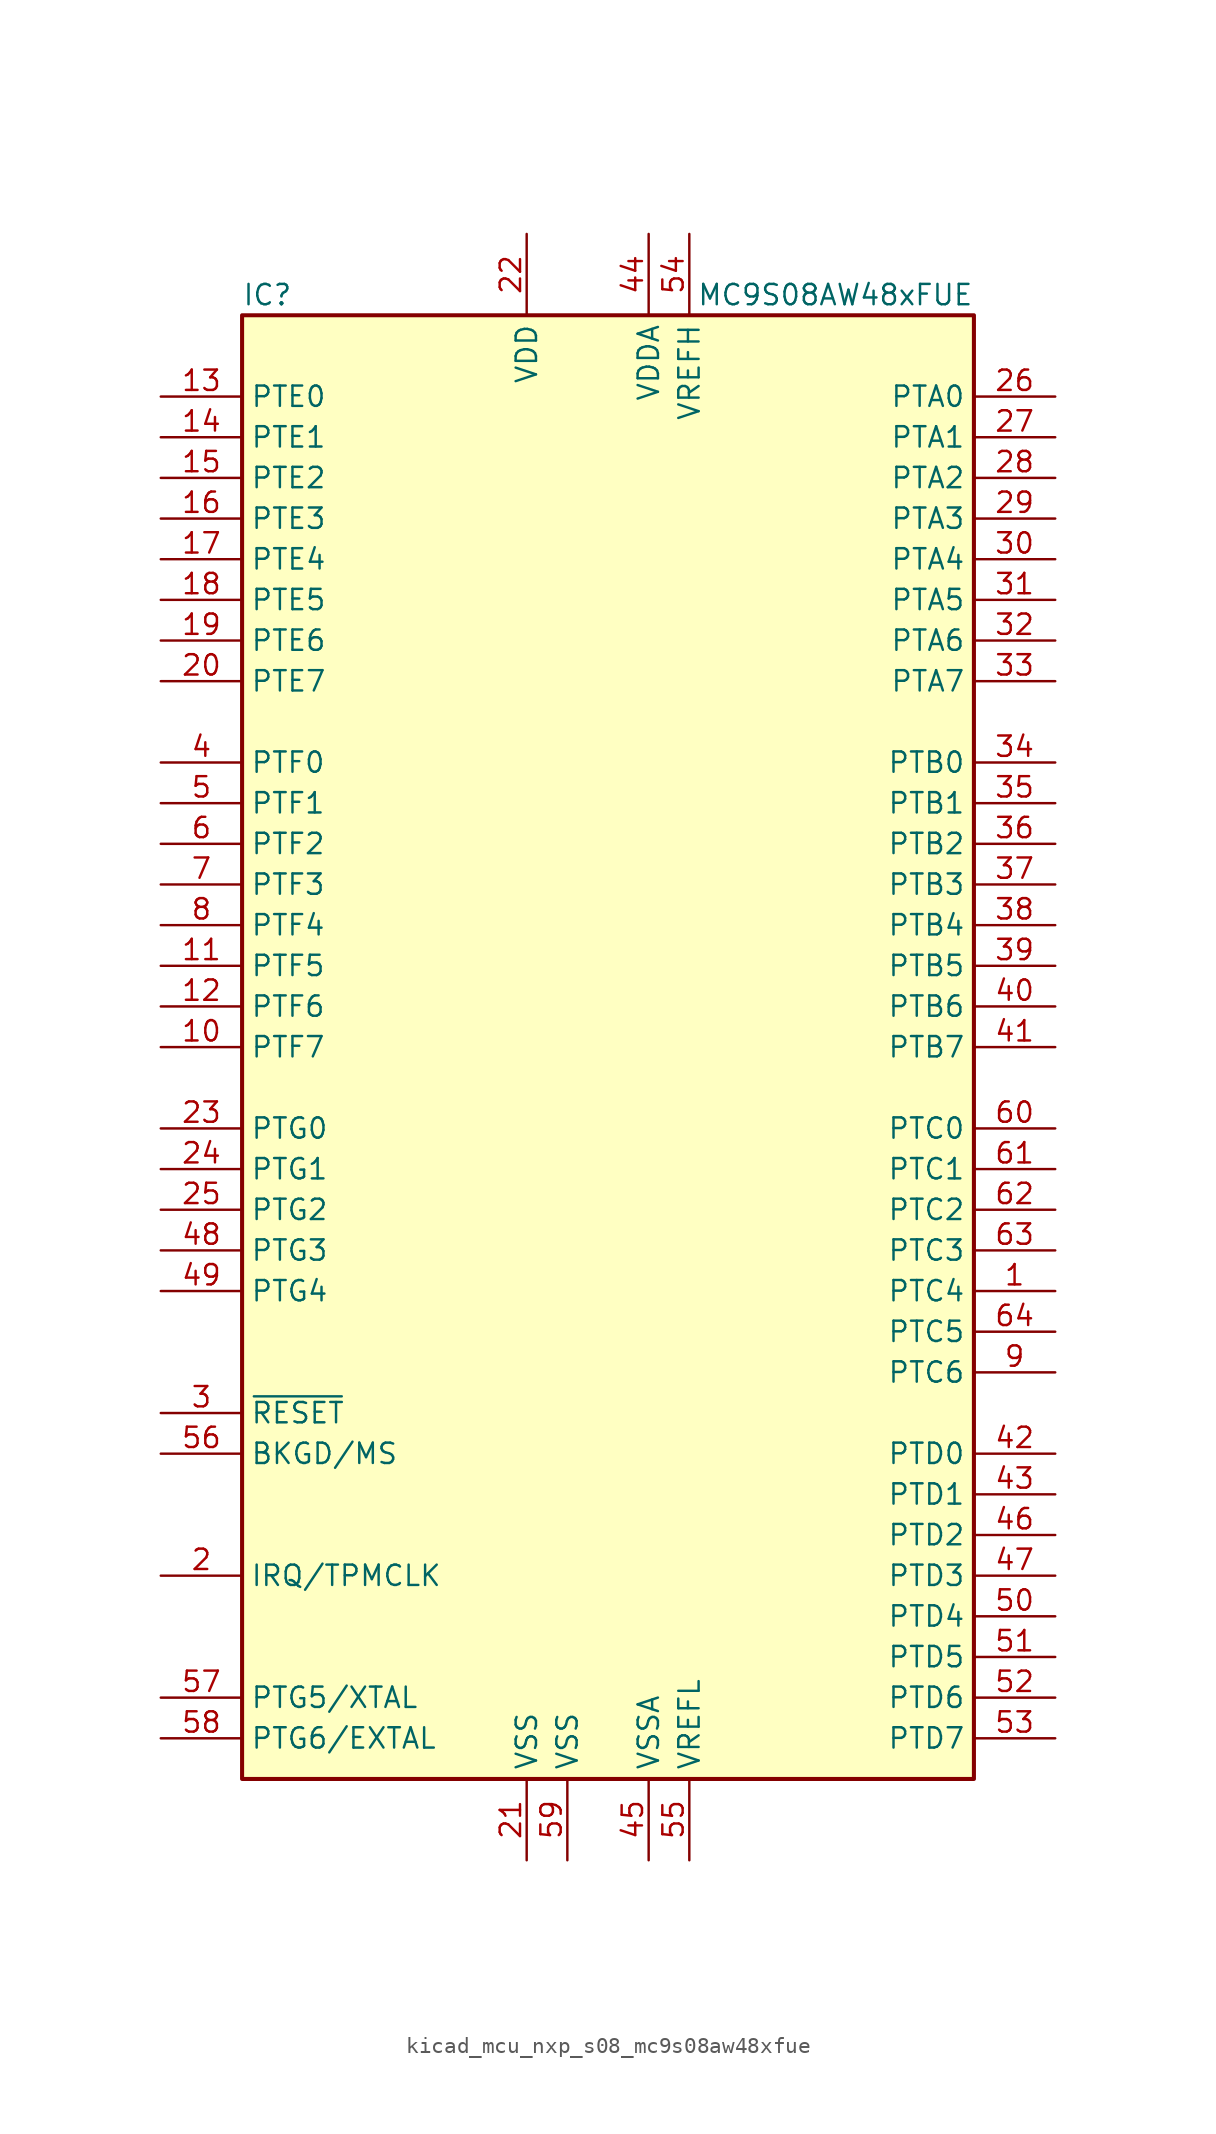
<source format=kicad_sym>
(kicad_symbol_lib
  (version 20220914)
  (generator kicad_symbol_editor)
  (symbol "kicad_mcu_nxp_s08_mc9s08aw48xfue"
    (property "Reference" "IC"
      (at -22.86 46.99 0)
      (effects (font (size 1.27 1.27)) (justify left)))
    (property "Value" "MC9S08AW48xFUE"
      (at 22.86 46.99 0)
      (effects (font (size 1.27 1.27)) (justify right)))
    (symbol "kicad_mcu_nxp_s08_mc9s08aw48xfue_0_1"
      (rectangle (start -22.86 45.72) (end 22.86 -45.72) (stroke (width 0.254) (type default)) (fill (type background))))
    (symbol "kicad_mcu_nxp_s08_mc9s08aw48xfue_1_1"
      (pin bidirectional line (at 27.94 -15.24 180) (length 5.08) (name "PTC4" (effects (font (size 1.27 1.27)))) (number "1" (effects (font (size 1.27 1.27)))))
      (pin bidirectional line (at -27.94 0 0) (length 5.08) (name "PTF7" (effects (font (size 1.27 1.27)))) (number "10" (effects (font (size 1.27 1.27)))))
      (pin bidirectional line (at -27.94 5.08 0) (length 5.08) (name "PTF5" (effects (font (size 1.27 1.27)))) (number "11" (effects (font (size 1.27 1.27)))))
      (pin bidirectional line (at -27.94 2.54 0) (length 5.08) (name "PTF6" (effects (font (size 1.27 1.27)))) (number "12" (effects (font (size 1.27 1.27)))))
      (pin bidirectional line (at -27.94 40.64 0) (length 5.08) (name "PTE0" (effects (font (size 1.27 1.27)))) (number "13" (effects (font (size 1.27 1.27)))))
      (pin bidirectional line (at -27.94 38.1 0) (length 5.08) (name "PTE1" (effects (font (size 1.27 1.27)))) (number "14" (effects (font (size 1.27 1.27)))))
      (pin bidirectional line (at -27.94 35.56 0) (length 5.08) (name "PTE2" (effects (font (size 1.27 1.27)))) (number "15" (effects (font (size 1.27 1.27)))))
      (pin bidirectional line (at -27.94 33.02 0) (length 5.08) (name "PTE3" (effects (font (size 1.27 1.27)))) (number "16" (effects (font (size 1.27 1.27)))))
      (pin bidirectional line (at -27.94 30.48 0) (length 5.08) (name "PTE4" (effects (font (size 1.27 1.27)))) (number "17" (effects (font (size 1.27 1.27)))))
      (pin bidirectional line (at -27.94 27.94 0) (length 5.08) (name "PTE5" (effects (font (size 1.27 1.27)))) (number "18" (effects (font (size 1.27 1.27)))))
      (pin bidirectional line (at -27.94 25.4 0) (length 5.08) (name "PTE6" (effects (font (size 1.27 1.27)))) (number "19" (effects (font (size 1.27 1.27)))))
      (pin input line (at -27.94 -33.02 0) (length 5.08) (name "IRQ/TPMCLK" (effects (font (size 1.27 1.27)))) (number "2" (effects (font (size 1.27 1.27)))))
      (pin bidirectional line (at -27.94 22.86 0) (length 5.08) (name "PTE7" (effects (font (size 1.27 1.27)))) (number "20" (effects (font (size 1.27 1.27)))))
      (pin power_in line (at -5.08 -50.8 90) (length 5.08) (name "VSS" (effects (font (size 1.27 1.27)))) (number "21" (effects (font (size 1.27 1.27)))))
      (pin power_in line (at -5.08 50.8 270) (length 5.08) (name "VDD" (effects (font (size 1.27 1.27)))) (number "22" (effects (font (size 1.27 1.27)))))
      (pin bidirectional line (at -27.94 -5.08 0) (length 5.08) (name "PTG0" (effects (font (size 1.27 1.27)))) (number "23" (effects (font (size 1.27 1.27)))))
      (pin bidirectional line (at -27.94 -7.62 0) (length 5.08) (name "PTG1" (effects (font (size 1.27 1.27)))) (number "24" (effects (font (size 1.27 1.27)))))
      (pin bidirectional line (at -27.94 -10.16 0) (length 5.08) (name "PTG2" (effects (font (size 1.27 1.27)))) (number "25" (effects (font (size 1.27 1.27)))))
      (pin bidirectional line (at 27.94 40.64 180) (length 5.08) (name "PTA0" (effects (font (size 1.27 1.27)))) (number "26" (effects (font (size 1.27 1.27)))))
      (pin bidirectional line (at 27.94 38.1 180) (length 5.08) (name "PTA1" (effects (font (size 1.27 1.27)))) (number "27" (effects (font (size 1.27 1.27)))))
      (pin bidirectional line (at 27.94 35.56 180) (length 5.08) (name "PTA2" (effects (font (size 1.27 1.27)))) (number "28" (effects (font (size 1.27 1.27)))))
      (pin bidirectional line (at 27.94 33.02 180) (length 5.08) (name "PTA3" (effects (font (size 1.27 1.27)))) (number "29" (effects (font (size 1.27 1.27)))))
      (pin input line (at -27.94 -22.86 0) (length 5.08) (name "~{RESET}" (effects (font (size 1.27 1.27)))) (number "3" (effects (font (size 1.27 1.27)))))
      (pin bidirectional line (at 27.94 30.48 180) (length 5.08) (name "PTA4" (effects (font (size 1.27 1.27)))) (number "30" (effects (font (size 1.27 1.27)))))
      (pin bidirectional line (at 27.94 27.94 180) (length 5.08) (name "PTA5" (effects (font (size 1.27 1.27)))) (number "31" (effects (font (size 1.27 1.27)))))
      (pin bidirectional line (at 27.94 25.4 180) (length 5.08) (name "PTA6" (effects (font (size 1.27 1.27)))) (number "32" (effects (font (size 1.27 1.27)))))
      (pin bidirectional line (at 27.94 22.86 180) (length 5.08) (name "PTA7" (effects (font (size 1.27 1.27)))) (number "33" (effects (font (size 1.27 1.27)))))
      (pin bidirectional line (at 27.94 17.78 180) (length 5.08) (name "PTB0" (effects (font (size 1.27 1.27)))) (number "34" (effects (font (size 1.27 1.27)))))
      (pin bidirectional line (at 27.94 15.24 180) (length 5.08) (name "PTB1" (effects (font (size 1.27 1.27)))) (number "35" (effects (font (size 1.27 1.27)))))
      (pin bidirectional line (at 27.94 12.7 180) (length 5.08) (name "PTB2" (effects (font (size 1.27 1.27)))) (number "36" (effects (font (size 1.27 1.27)))))
      (pin bidirectional line (at 27.94 10.16 180) (length 5.08) (name "PTB3" (effects (font (size 1.27 1.27)))) (number "37" (effects (font (size 1.27 1.27)))))
      (pin bidirectional line (at 27.94 7.62 180) (length 5.08) (name "PTB4" (effects (font (size 1.27 1.27)))) (number "38" (effects (font (size 1.27 1.27)))))
      (pin bidirectional line (at 27.94 5.08 180) (length 5.08) (name "PTB5" (effects (font (size 1.27 1.27)))) (number "39" (effects (font (size 1.27 1.27)))))
      (pin bidirectional line (at -27.94 17.78 0) (length 5.08) (name "PTF0" (effects (font (size 1.27 1.27)))) (number "4" (effects (font (size 1.27 1.27)))))
      (pin bidirectional line (at 27.94 2.54 180) (length 5.08) (name "PTB6" (effects (font (size 1.27 1.27)))) (number "40" (effects (font (size 1.27 1.27)))))
      (pin bidirectional line (at 27.94 0 180) (length 5.08) (name "PTB7" (effects (font (size 1.27 1.27)))) (number "41" (effects (font (size 1.27 1.27)))))
      (pin bidirectional line (at 27.94 -25.4 180) (length 5.08) (name "PTD0" (effects (font (size 1.27 1.27)))) (number "42" (effects (font (size 1.27 1.27)))))
      (pin bidirectional line (at 27.94 -27.94 180) (length 5.08) (name "PTD1" (effects (font (size 1.27 1.27)))) (number "43" (effects (font (size 1.27 1.27)))))
      (pin power_in line (at 2.54 50.8 270) (length 5.08) (name "VDDA" (effects (font (size 1.27 1.27)))) (number "44" (effects (font (size 1.27 1.27)))))
      (pin power_in line (at 2.54 -50.8 90) (length 5.08) (name "VSSA" (effects (font (size 1.27 1.27)))) (number "45" (effects (font (size 1.27 1.27)))))
      (pin bidirectional line (at 27.94 -30.48 180) (length 5.08) (name "PTD2" (effects (font (size 1.27 1.27)))) (number "46" (effects (font (size 1.27 1.27)))))
      (pin bidirectional line (at 27.94 -33.02 180) (length 5.08) (name "PTD3" (effects (font (size 1.27 1.27)))) (number "47" (effects (font (size 1.27 1.27)))))
      (pin bidirectional line (at -27.94 -12.7 0) (length 5.08) (name "PTG3" (effects (font (size 1.27 1.27)))) (number "48" (effects (font (size 1.27 1.27)))))
      (pin bidirectional line (at -27.94 -15.24 0) (length 5.08) (name "PTG4" (effects (font (size 1.27 1.27)))) (number "49" (effects (font (size 1.27 1.27)))))
      (pin bidirectional line (at -27.94 15.24 0) (length 5.08) (name "PTF1" (effects (font (size 1.27 1.27)))) (number "5" (effects (font (size 1.27 1.27)))))
      (pin bidirectional line (at 27.94 -35.56 180) (length 5.08) (name "PTD4" (effects (font (size 1.27 1.27)))) (number "50" (effects (font (size 1.27 1.27)))))
      (pin bidirectional line (at 27.94 -38.1 180) (length 5.08) (name "PTD5" (effects (font (size 1.27 1.27)))) (number "51" (effects (font (size 1.27 1.27)))))
      (pin bidirectional line (at 27.94 -40.64 180) (length 5.08) (name "PTD6" (effects (font (size 1.27 1.27)))) (number "52" (effects (font (size 1.27 1.27)))))
      (pin bidirectional line (at 27.94 -43.18 180) (length 5.08) (name "PTD7" (effects (font (size 1.27 1.27)))) (number "53" (effects (font (size 1.27 1.27)))))
      (pin power_in line (at 5.08 50.8 270) (length 5.08) (name "VREFH" (effects (font (size 1.27 1.27)))) (number "54" (effects (font (size 1.27 1.27)))))
      (pin power_in line (at 5.08 -50.8 90) (length 5.08) (name "VREFL" (effects (font (size 1.27 1.27)))) (number "55" (effects (font (size 1.27 1.27)))))
      (pin bidirectional line (at -27.94 -25.4 0) (length 5.08) (name "BKGD/MS" (effects (font (size 1.27 1.27)))) (number "56" (effects (font (size 1.27 1.27)))))
      (pin bidirectional line (at -27.94 -40.64 0) (length 5.08) (name "PTG5/XTAL" (effects (font (size 1.27 1.27)))) (number "57" (effects (font (size 1.27 1.27)))))
      (pin bidirectional line (at -27.94 -43.18 0) (length 5.08) (name "PTG6/EXTAL" (effects (font (size 1.27 1.27)))) (number "58" (effects (font (size 1.27 1.27)))))
      (pin power_in line (at -2.54 -50.8 90) (length 5.08) (name "VSS" (effects (font (size 1.27 1.27)))) (number "59" (effects (font (size 1.27 1.27)))))
      (pin bidirectional line (at -27.94 12.7 0) (length 5.08) (name "PTF2" (effects (font (size 1.27 1.27)))) (number "6" (effects (font (size 1.27 1.27)))))
      (pin bidirectional line (at 27.94 -5.08 180) (length 5.08) (name "PTC0" (effects (font (size 1.27 1.27)))) (number "60" (effects (font (size 1.27 1.27)))))
      (pin bidirectional line (at 27.94 -7.62 180) (length 5.08) (name "PTC1" (effects (font (size 1.27 1.27)))) (number "61" (effects (font (size 1.27 1.27)))))
      (pin bidirectional line (at 27.94 -10.16 180) (length 5.08) (name "PTC2" (effects (font (size 1.27 1.27)))) (number "62" (effects (font (size 1.27 1.27)))))
      (pin bidirectional line (at 27.94 -12.7 180) (length 5.08) (name "PTC3" (effects (font (size 1.27 1.27)))) (number "63" (effects (font (size 1.27 1.27)))))
      (pin bidirectional line (at 27.94 -17.78 180) (length 5.08) (name "PTC5" (effects (font (size 1.27 1.27)))) (number "64" (effects (font (size 1.27 1.27)))))
      (pin bidirectional line (at -27.94 10.16 0) (length 5.08) (name "PTF3" (effects (font (size 1.27 1.27)))) (number "7" (effects (font (size 1.27 1.27)))))
      (pin bidirectional line (at -27.94 7.62 0) (length 5.08) (name "PTF4" (effects (font (size 1.27 1.27)))) (number "8" (effects (font (size 1.27 1.27)))))
      (pin bidirectional line (at 27.94 -20.32 180) (length 5.08) (name "PTC6" (effects (font (size 1.27 1.27)))) (number "9" (effects (font (size 1.27 1.27))))))))
</source>
